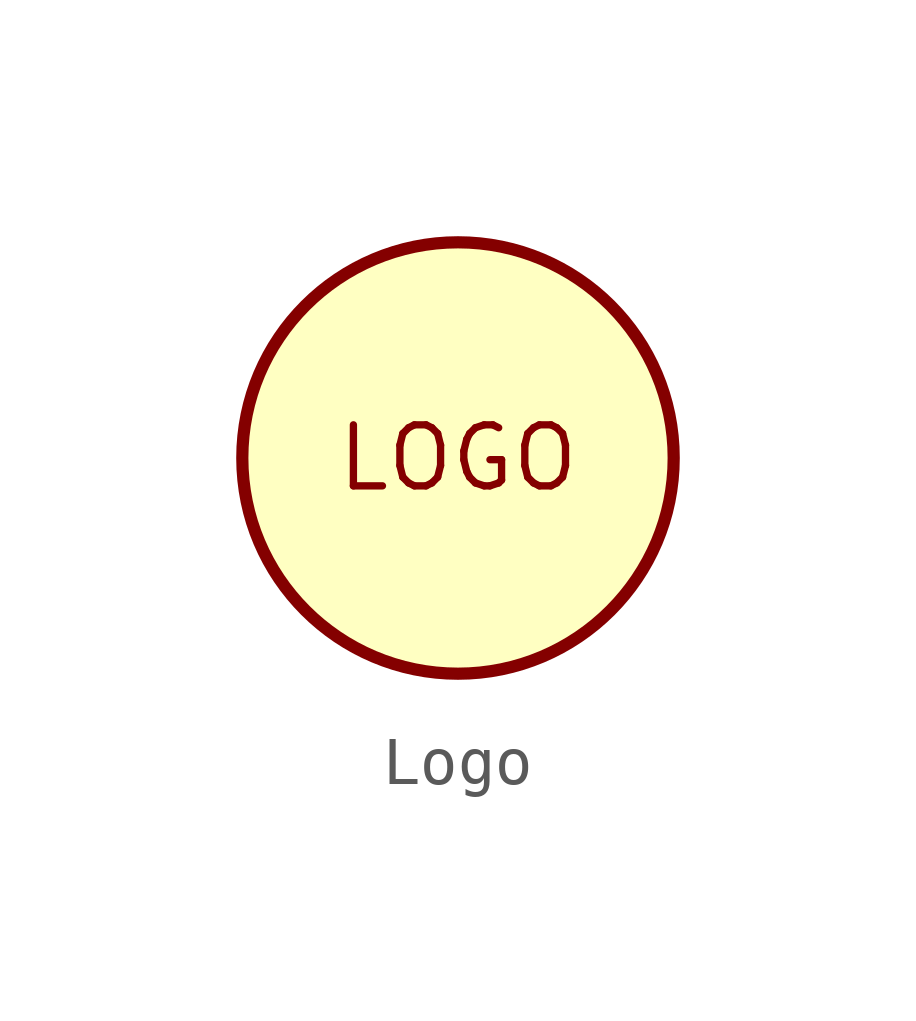
<source format=kicad_sym>
(kicad_symbol_lib
  (version 20211014)
  (generator kicad_symbol_editor)
  (symbol "Logo"
    (pin_names
      (offset 1.016))
    (property "Reference" "#LOGO"
      (at 0 6.985 0)
      (effects (font (size 1.27 1.27)) hide))
    (symbol "Logo_0_0"
      (text "LOGO" (at 0 0 0) (effects (font (size 1.27 1.27)))))
    (symbol "Logo_0_1"
      (circle (center 0 0) (radius 4.49) (stroke (width 0.254) (type default) (color 0 0 0 0)) (fill (type background))))))
</source>
